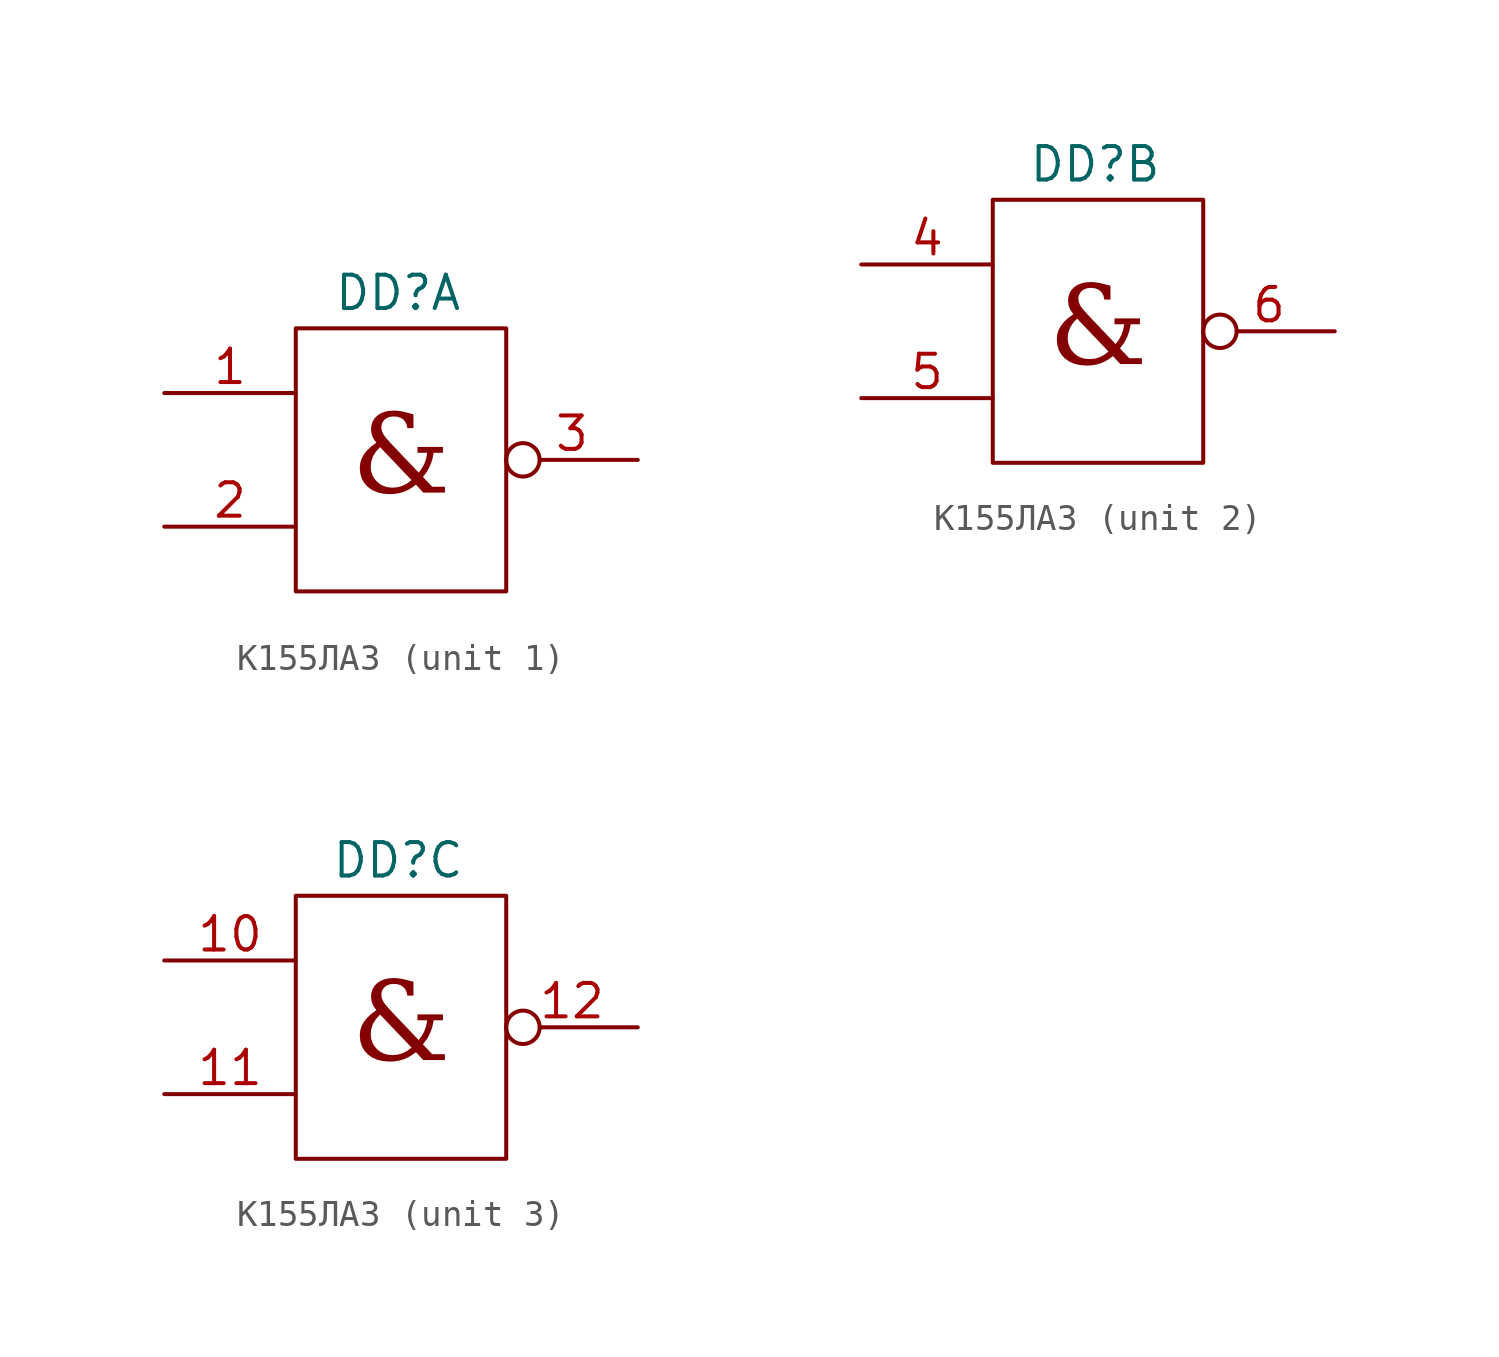
<source format=kicad_sym>
(kicad_symbol_lib
  (version 20231120)
  (generator "kicad_symbol_editor")
  (generator_version "8.0")
  (symbol "К155ЛА3"
    (property "Reference" "DD"
      (at 0 6.35 0)
      (effects (font (size 1.27 1.27))))
    (property "Value" ""
      (at 0 5.08 0)
      (effects (font (size 1.27 1.27))))
    (symbol "К155ЛА3_1_1"
      (rectangle (start -3.89 5) (end 4.11 -5) (stroke (width 0) (type default) (color 128 0 0 1)) (fill (type none)))
      (text "&" (at 0.11 0 0) (effects (font (face "Times New Roman") (size 3 3))))
      (pin input line (at -8.89 2.54 0) (length 5) (name "" (effects (font (size 1.27 1.27)))) (number "1" (effects (font (size 1.27 1.27)))))
      (pin power_in line (at 2.65 8.89 180) (length 5) hide (name "Vcc" (effects (font (size 1.27 1.27)))) (number "14" (effects (font (size 1.27 1.27)))))
      (pin input line (at -8.89 -2.54 0) (length 5) (name "" (effects (font (size 1.27 1.27)))) (number "2" (effects (font (size 1.27 1.27)))))
      (pin input inverted (at 9.11 0 180) (length 5) (name "" (effects (font (size 1.27 1.27)))) (number "3" (effects (font (size 1.27 1.27)))))
      (pin power_out line (at 2.65 11.43 180) (length 5) hide (name "GND" (effects (font (size 1.27 1.27)))) (number "7" (effects (font (size 1.27 1.27))))))
    (symbol "К155ЛА3_2_1"
      (rectangle (start -3.89 5) (end 4.11 -5) (stroke (width 0) (type default) (color 128 0 0 1)) (fill (type none)))
      (text "&" (at 0.11 0 0) (effects (font (face "Times New Roman") (size 3 3))))
      (pin input line (at -8.89 2.54 0) (length 5) (name "" (effects (font (size 1.27 1.27)))) (number "4" (effects (font (size 1.27 1.27)))))
      (pin input line (at -8.89 -2.54 0) (length 5) (name "" (effects (font (size 1.27 1.27)))) (number "5" (effects (font (size 1.27 1.27)))))
      (pin input inverted (at 9.11 0 180) (length 5) (name "" (effects (font (size 1.27 1.27)))) (number "6" (effects (font (size 1.27 1.27))))))
    (symbol "К155ЛА3_3_1"
      (rectangle (start -3.89 5) (end 4.11 -5) (stroke (width 0) (type default) (color 128 0 0 1)) (fill (type none)))
      (text "&" (at 0.11 0 0) (effects (font (face "Times New Roman") (size 3 3))))
      (pin input line (at -8.89 2.54 0) (length 5) (name "" (effects (font (size 1.27 1.27)))) (number "10" (effects (font (size 1.27 1.27)))))
      (pin input line (at -8.89 -2.54 0) (length 5) (name "" (effects (font (size 1.27 1.27)))) (number "11" (effects (font (size 1.27 1.27)))))
      (pin input inverted (at 9.11 0 180) (length 5) (name "" (effects (font (size 1.27 1.27)))) (number "12" (effects (font (size 1.27 1.27))))))))
</source>
